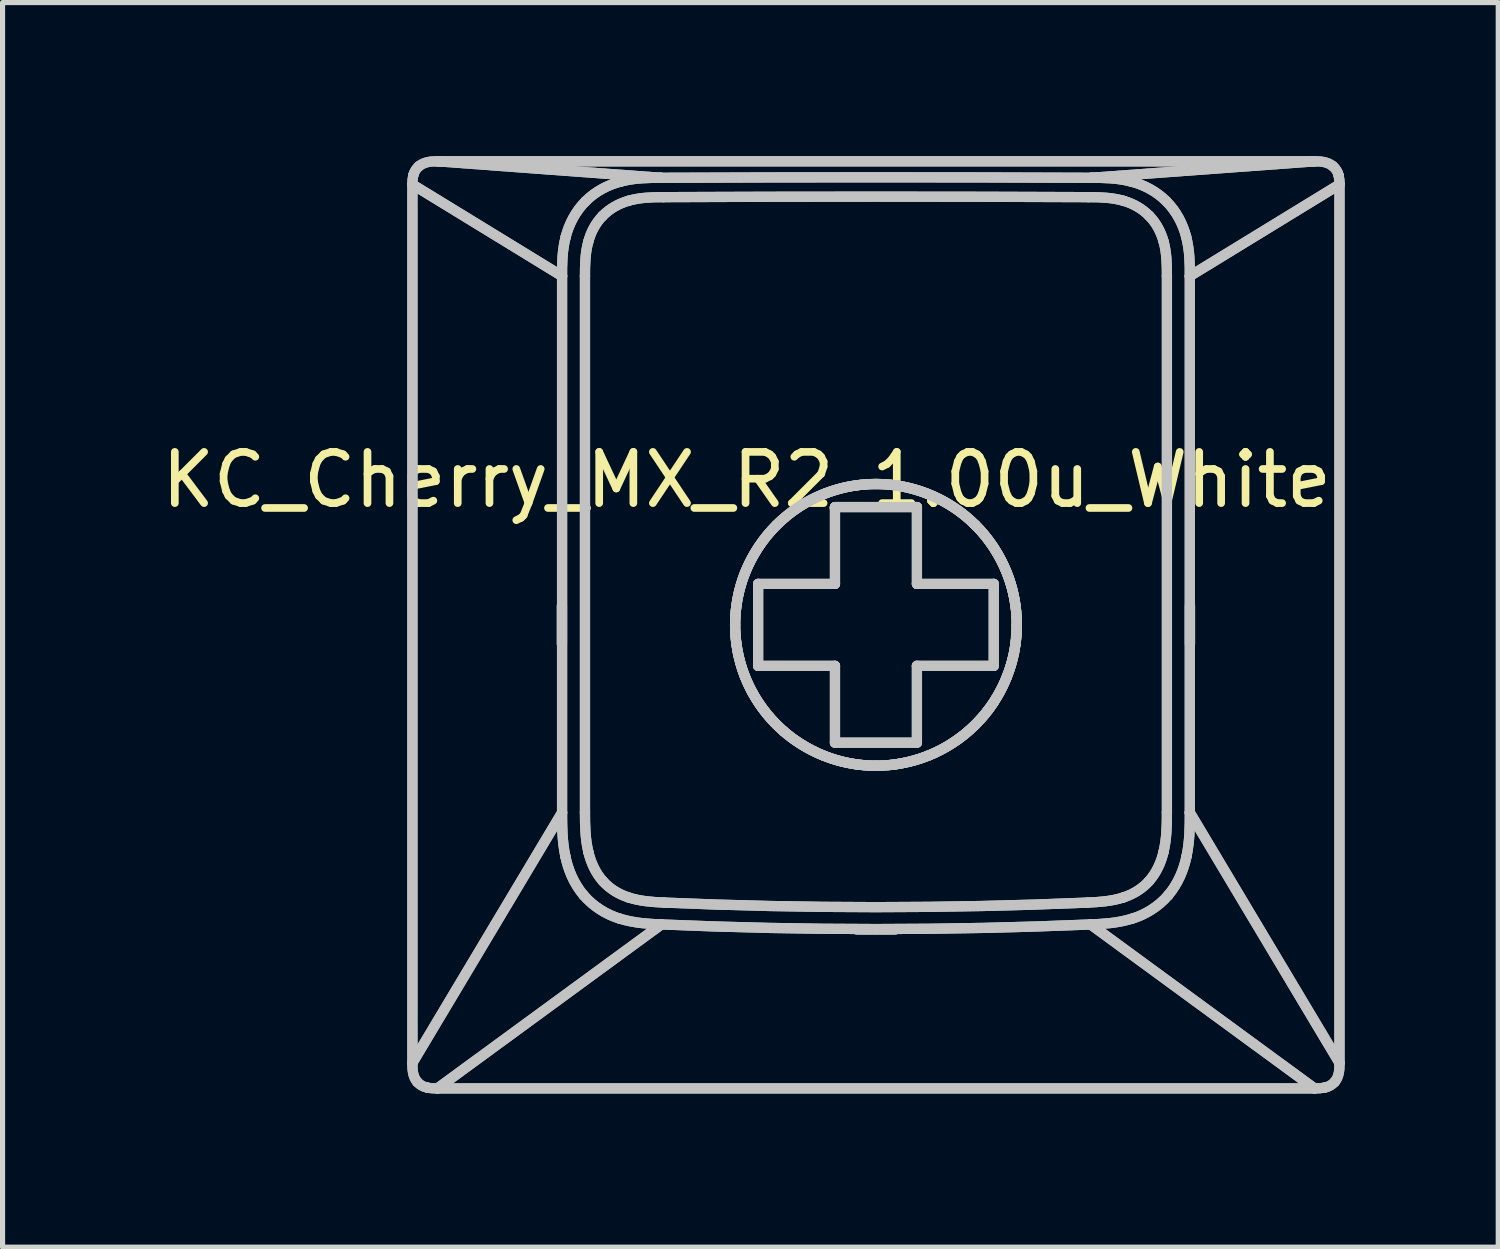
<source format=kicad_pcb>
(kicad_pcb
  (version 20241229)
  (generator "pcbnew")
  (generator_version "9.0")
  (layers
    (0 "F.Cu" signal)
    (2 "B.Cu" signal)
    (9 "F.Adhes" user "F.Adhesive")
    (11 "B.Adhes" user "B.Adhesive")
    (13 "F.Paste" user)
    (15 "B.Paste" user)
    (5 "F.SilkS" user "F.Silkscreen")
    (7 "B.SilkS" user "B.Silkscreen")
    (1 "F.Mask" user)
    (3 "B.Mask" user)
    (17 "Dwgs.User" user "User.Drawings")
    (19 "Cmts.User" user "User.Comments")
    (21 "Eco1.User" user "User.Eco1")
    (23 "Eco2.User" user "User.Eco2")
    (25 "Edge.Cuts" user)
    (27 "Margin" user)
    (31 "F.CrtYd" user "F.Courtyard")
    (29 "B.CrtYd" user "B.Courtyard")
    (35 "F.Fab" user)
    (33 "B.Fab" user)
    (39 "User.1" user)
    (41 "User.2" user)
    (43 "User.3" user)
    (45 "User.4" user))
  (footprint "KC_Cherry_MX_R2_1.00u_White"
    (layer "F.Cu")
    (at 14.07 9.112)
    (property "Reference" "KC_Cherry_MX_R2_1.00u_White" (at -2.54 -2.794 0) (layer "F.SilkS") (effects (font (size 1 1) (thickness 0.15))))
    (attr allow_missing_courtyard)
    (fp_line (start -9.068 -8.56) (end -6.146 -6.771) (stroke (width 0.2) (type default)) (layer "Dwgs.User"))
    (fp_line (start -9.068 -8.56) (end -6.146 -6.771) (stroke (width 0.2) (type default)) (layer "Dwgs.User"))
    (fp_line (start -9.068 8.591) (end -9.068 -8.56) (stroke (width 0.2) (type default)) (layer "Dwgs.User"))
    (fp_line (start -9.068 8.591) (end -9.068 -8.56) (stroke (width 0.2) (type default)) (layer "Dwgs.User"))
    (fp_line (start -9.068 8.591) (end -6.146 3.702) (stroke (width 0.2) (type default)) (layer "Dwgs.User"))
    (fp_line (start -9.068 8.591) (end -6.146 3.702) (stroke (width 0.2) (type default)) (layer "Dwgs.User"))
    (fp_line (start -8.58 9.088) (end -4.207 5.887) (stroke (width 0.2) (type default)) (layer "Dwgs.User"))
    (fp_line (start -8.58 9.088) (end -4.207 5.887) (stroke (width 0.2) (type default)) (layer "Dwgs.User"))
    (fp_line (start -8.575 -9.012) (end -4.216 -8.691) (stroke (width 0.2) (type default)) (layer "Dwgs.User"))
    (fp_line (start -8.575 -9.012) (end -4.216 -8.691) (stroke (width 0.2) (type default)) (layer "Dwgs.User"))
    (fp_line (start -8.575 -9.012) (end 8.539 -9.012) (stroke (width 0.2) (type default)) (layer "Dwgs.User"))
    (fp_line (start -8.575 -9.012) (end 8.539 -9.012) (stroke (width 0.2) (type default)) (layer "Dwgs.User"))
    (fp_line (start -6.149 0.412) (end -6.149 -0.338) (stroke (width 0.2) (type default)) (layer "Dwgs.User"))
    (fp_line (start -6.149 0.412) (end -6.149 -0.338) (stroke (width 0.2) (type default)) (layer "Dwgs.User"))
    (fp_line (start -6.146 -6.771) (end -6.146 3.702) (stroke (width 0.2) (type default)) (layer "Dwgs.User"))
    (fp_line (start -6.146 -6.771) (end -6.146 3.702) (stroke (width 0.2) (type default)) (layer "Dwgs.User"))
    (fp_line (start -5.699 -6.771) (end -5.699 3.702) (stroke (width 0.2) (type default)) (layer "Dwgs.User"))
    (fp_line (start -5.699 -6.771) (end -5.699 3.702) (stroke (width 0.2) (type default)) (layer "Dwgs.User"))
    (fp_line (start -2.318 -0.762) (end -0.818 -0.762) (stroke (width 0.2) (type default)) (layer "Dwgs.User"))
    (fp_line (start -2.318 -0.762) (end -0.818 -0.762) (stroke (width 0.2) (type default)) (layer "Dwgs.User"))
    (fp_line (start -2.318 0.838) (end -2.318 -0.762) (stroke (width 0.2) (type default)) (layer "Dwgs.User"))
    (fp_line (start -2.318 0.838) (end -2.318 -0.762) (stroke (width 0.2) (type default)) (layer "Dwgs.User"))
    (fp_line (start -0.818 -2.262) (end 0.782 -2.262) (stroke (width 0.2) (type default)) (layer "Dwgs.User"))
    (fp_line (start -0.818 -2.262) (end 0.782 -2.262) (stroke (width 0.2) (type default)) (layer "Dwgs.User"))
    (fp_line (start -0.818 -0.762) (end -0.818 -2.262) (stroke (width 0.2) (type default)) (layer "Dwgs.User"))
    (fp_line (start -0.818 -0.762) (end -0.818 -2.262) (stroke (width 0.2) (type default)) (layer "Dwgs.User"))
    (fp_line (start -0.818 0.838) (end -2.318 0.838) (stroke (width 0.2) (type default)) (layer "Dwgs.User"))
    (fp_line (start -0.818 0.838) (end -2.318 0.838) (stroke (width 0.2) (type default)) (layer "Dwgs.User"))
    (fp_line (start -0.818 2.338) (end -0.818 0.838) (stroke (width 0.2) (type default)) (layer "Dwgs.User"))
    (fp_line (start -0.818 2.338) (end -0.818 0.838) (stroke (width 0.2) (type default)) (layer "Dwgs.User"))
    (fp_line (start -0.393 5.985) (end 0.357 5.985) (stroke (width 0.2) (type default)) (layer "Dwgs.User"))
    (fp_line (start -0.393 5.985) (end 0.357 5.985) (stroke (width 0.2) (type default)) (layer "Dwgs.User"))
    (fp_line (start 0.782 -2.262) (end 0.782 -0.762) (stroke (width 0.2) (type default)) (layer "Dwgs.User"))
    (fp_line (start 0.782 -2.262) (end 0.782 -0.762) (stroke (width 0.2) (type default)) (layer "Dwgs.User"))
    (fp_line (start 0.782 -0.762) (end 2.282 -0.762) (stroke (width 0.2) (type default)) (layer "Dwgs.User"))
    (fp_line (start 0.782 -0.762) (end 2.282 -0.762) (stroke (width 0.2) (type default)) (layer "Dwgs.User"))
    (fp_line (start 0.782 0.838) (end 0.782 2.338) (stroke (width 0.2) (type default)) (layer "Dwgs.User"))
    (fp_line (start 0.782 0.838) (end 0.782 2.338) (stroke (width 0.2) (type default)) (layer "Dwgs.User"))
    (fp_line (start 0.782 2.338) (end -0.818 2.338) (stroke (width 0.2) (type default)) (layer "Dwgs.User"))
    (fp_line (start 0.782 2.338) (end -0.818 2.338) (stroke (width 0.2) (type default)) (layer "Dwgs.User"))
    (fp_line (start 2.282 -0.762) (end 2.282 0.838) (stroke (width 0.2) (type default)) (layer "Dwgs.User"))
    (fp_line (start 2.282 -0.762) (end 2.282 0.838) (stroke (width 0.2) (type default)) (layer "Dwgs.User"))
    (fp_line (start 2.282 0.838) (end 0.782 0.838) (stroke (width 0.2) (type default)) (layer "Dwgs.User"))
    (fp_line (start 2.282 0.838) (end 0.782 0.838) (stroke (width 0.2) (type default)) (layer "Dwgs.User"))
    (fp_line (start 2.707 0.412) (end 2.732 0.038) (stroke (width 0.2) (type default)) (layer "Dwgs.User"))
    (fp_line (start 4.181 -8.691) (end 8.539 -9.012) (stroke (width 0.2) (type default)) (layer "Dwgs.User"))
    (fp_line (start 4.181 -8.691) (end 8.539 -9.012) (stroke (width 0.2) (type default)) (layer "Dwgs.User"))
    (fp_line (start 5.663 3.702) (end 5.663 -6.771) (stroke (width 0.2) (type default)) (layer "Dwgs.User"))
    (fp_line (start 5.663 3.702) (end 5.663 -6.771) (stroke (width 0.2) (type default)) (layer "Dwgs.User"))
    (fp_line (start 6.11 -6.771) (end 9.032 -8.56) (stroke (width 0.2) (type default)) (layer "Dwgs.User"))
    (fp_line (start 6.11 -6.771) (end 9.032 -8.56) (stroke (width 0.2) (type default)) (layer "Dwgs.User"))
    (fp_line (start 6.11 3.702) (end 6.11 -6.771) (stroke (width 0.2) (type default)) (layer "Dwgs.User"))
    (fp_line (start 6.11 3.702) (end 6.11 -6.771) (stroke (width 0.2) (type default)) (layer "Dwgs.User"))
    (fp_line (start 6.113 0.412) (end 6.113 -0.338) (stroke (width 0.2) (type default)) (layer "Dwgs.User"))
    (fp_line (start 6.113 0.412) (end 6.113 -0.338) (stroke (width 0.2) (type default)) (layer "Dwgs.User"))
    (fp_line (start 8.544 9.088) (end -8.58 9.088) (stroke (width 0.2) (type default)) (layer "Dwgs.User"))
    (fp_line (start 8.544 9.088) (end -8.58 9.088) (stroke (width 0.2) (type default)) (layer "Dwgs.User"))
    (fp_line (start 8.544 9.088) (end 4.172 5.887) (stroke (width 0.2) (type default)) (layer "Dwgs.User"))
    (fp_line (start 8.544 9.088) (end 4.172 5.887) (stroke (width 0.2) (type default)) (layer "Dwgs.User"))
    (fp_line (start 9.032 -8.56) (end 9.032 8.591) (stroke (width 0.2) (type default)) (layer "Dwgs.User"))
    (fp_line (start 9.032 -8.56) (end 9.032 8.591) (stroke (width 0.2) (type default)) (layer "Dwgs.User"))
    (fp_line (start 9.032 8.591) (end 6.11 3.702) (stroke (width 0.2) (type default)) (layer "Dwgs.User"))
    (fp_line (start 9.032 8.591) (end 6.11 3.702) (stroke (width 0.2) (type default)) (layer "Dwgs.User"))
    (fp_curve (pts (xy -9.068 -8.56) (xy -9.07 -8.619) (xy -9.065 -8.678) (xy -9.052 -8.736)) (stroke (width 0.2) (type default)) (layer "Dwgs.User"))
    (fp_curve (pts (xy -9.068 -8.56) (xy -9.07 -8.619) (xy -9.065 -8.678) (xy -9.052 -8.736)) (stroke (width 0.2) (type default)) (layer "Dwgs.User"))
    (fp_curve (pts (xy -9.052 -8.736) (xy -9.033 -8.809) (xy -8.995 -8.87) (xy -8.938 -8.918)) (stroke (width 0.2) (type default)) (layer "Dwgs.User"))
    (fp_curve (pts (xy -9.052 -8.736) (xy -9.033 -8.809) (xy -8.995 -8.87) (xy -8.938 -8.918)) (stroke (width 0.2) (type default)) (layer "Dwgs.User"))
    (fp_curve (pts (xy -8.974 8.961) (xy -9.062 8.86) (xy -9.07 8.719) (xy -9.068 8.591)) (stroke (width 0.2) (type default)) (layer "Dwgs.User"))
    (fp_curve (pts (xy -8.974 8.961) (xy -9.062 8.86) (xy -9.07 8.719) (xy -9.068 8.591)) (stroke (width 0.2) (type default)) (layer "Dwgs.User"))
    (fp_curve (pts (xy -8.938 -8.918) (xy -8.837 -9.002) (xy -8.701 -9.015) (xy -8.575 -9.012)) (stroke (width 0.2) (type default)) (layer "Dwgs.User"))
    (fp_curve (pts (xy -8.938 -8.918) (xy -8.837 -9.002) (xy -8.701 -9.015) (xy -8.575 -9.012)) (stroke (width 0.2) (type default)) (layer "Dwgs.User"))
    (fp_curve (pts (xy -8.78 9.072) (xy -8.857 9.057) (xy -8.922 9.02) (xy -8.974 8.961)) (stroke (width 0.2) (type default)) (layer "Dwgs.User"))
    (fp_curve (pts (xy -8.78 9.072) (xy -8.857 9.057) (xy -8.922 9.02) (xy -8.974 8.961)) (stroke (width 0.2) (type default)) (layer "Dwgs.User"))
    (fp_curve (pts (xy -8.58 9.088) (xy -8.647 9.09) (xy -8.714 9.085) (xy -8.78 9.072)) (stroke (width 0.2) (type default)) (layer "Dwgs.User"))
    (fp_curve (pts (xy -8.58 9.088) (xy -8.647 9.09) (xy -8.714 9.085) (xy -8.78 9.072)) (stroke (width 0.2) (type default)) (layer "Dwgs.User"))
    (fp_curve (pts (xy -6.146 -6.771) (xy -6.146 -6.995) (xy -6.148 -7.259) (xy -6.074 -7.542)) (stroke (width 0.2) (type default)) (layer "Dwgs.User"))
    (fp_curve (pts (xy -6.146 -6.771) (xy -6.146 -6.995) (xy -6.148 -7.259) (xy -6.074 -7.542)) (stroke (width 0.2) (type default)) (layer "Dwgs.User"))
    (fp_curve (pts (xy -6.082 4.557) (xy -6.147 4.248) (xy -6.145 3.961) (xy -6.146 3.702)) (stroke (width 0.2) (type default)) (layer "Dwgs.User"))
    (fp_curve (pts (xy -6.082 4.557) (xy -6.147 4.248) (xy -6.145 3.961) (xy -6.146 3.702)) (stroke (width 0.2) (type default)) (layer "Dwgs.User"))
    (fp_curve (pts (xy -6.074 -7.542) (xy -6.011 -7.787) (xy -5.881 -8.04) (xy -5.687 -8.232)) (stroke (width 0.2) (type default)) (layer "Dwgs.User"))
    (fp_curve (pts (xy -6.074 -7.542) (xy -6.011 -7.787) (xy -5.881 -8.04) (xy -5.687 -8.232)) (stroke (width 0.2) (type default)) (layer "Dwgs.User"))
    (fp_curve (pts (xy -5.724 5.317) (xy -5.923 5.084) (xy -6.029 4.809) (xy -6.082 4.557)) (stroke (width 0.2) (type default)) (layer "Dwgs.User"))
    (fp_curve (pts (xy -5.724 5.317) (xy -5.923 5.084) (xy -6.029 4.809) (xy -6.082 4.557)) (stroke (width 0.2) (type default)) (layer "Dwgs.User"))
    (fp_curve (pts (xy -5.699 -6.771) (xy -5.699 -6.995) (xy -5.695 -7.223) (xy -5.635 -7.44)) (stroke (width 0.2) (type default)) (layer "Dwgs.User"))
    (fp_curve (pts (xy -5.699 -6.771) (xy -5.699 -6.995) (xy -5.695 -7.223) (xy -5.635 -7.44)) (stroke (width 0.2) (type default)) (layer "Dwgs.User"))
    (fp_curve (pts (xy -5.687 -8.232) (xy -5.491 -8.43) (xy -5.24 -8.556) (xy -4.999 -8.617)) (stroke (width 0.2) (type default)) (layer "Dwgs.User"))
    (fp_curve (pts (xy -5.687 -8.232) (xy -5.491 -8.43) (xy -5.24 -8.556) (xy -4.999 -8.617)) (stroke (width 0.2) (type default)) (layer "Dwgs.User"))
    (fp_curve (pts (xy -5.635 -7.44) (xy -5.585 -7.629) (xy -5.491 -7.807) (xy -5.356 -7.945)) (stroke (width 0.2) (type default)) (layer "Dwgs.User"))
    (fp_curve (pts (xy -5.635 -7.44) (xy -5.585 -7.629) (xy -5.491 -7.807) (xy -5.356 -7.945)) (stroke (width 0.2) (type default)) (layer "Dwgs.User"))
    (fp_curve (pts (xy -5.632 4.475) (xy -5.693 4.223) (xy -5.699 3.961) (xy -5.699 3.702)) (stroke (width 0.2) (type default)) (layer "Dwgs.User"))
    (fp_curve (pts (xy -5.632 4.475) (xy -5.693 4.223) (xy -5.699 3.961) (xy -5.699 3.702)) (stroke (width 0.2) (type default)) (layer "Dwgs.User"))
    (fp_curve (pts (xy -5.356 -7.945) (xy -5.218 -8.088) (xy -5.041 -8.186) (xy -4.853 -8.241)) (stroke (width 0.2) (type default)) (layer "Dwgs.User"))
    (fp_curve (pts (xy -5.356 -7.945) (xy -5.218 -8.088) (xy -5.041 -8.186) (xy -4.853 -8.241)) (stroke (width 0.2) (type default)) (layer "Dwgs.User"))
    (fp_curve (pts (xy -5.351 5.039) (xy -5.492 4.881) (xy -5.582 4.682) (xy -5.632 4.475)) (stroke (width 0.2) (type default)) (layer "Dwgs.User"))
    (fp_curve (pts (xy -5.351 5.039) (xy -5.492 4.881) (xy -5.582 4.682) (xy -5.632 4.475)) (stroke (width 0.2) (type default)) (layer "Dwgs.User"))
    (fp_curve (pts (xy -5.019 5.774) (xy -5.269 5.699) (xy -5.535 5.541) (xy -5.724 5.317)) (stroke (width 0.2) (type default)) (layer "Dwgs.User"))
    (fp_curve (pts (xy -5.019 5.774) (xy -5.269 5.699) (xy -5.535 5.541) (xy -5.724 5.317)) (stroke (width 0.2) (type default)) (layer "Dwgs.User"))
    (fp_curve (pts (xy -4.999 -8.617) (xy -4.715 -8.691) (xy -4.448 -8.689) (xy -4.216 -8.691)) (stroke (width 0.2) (type default)) (layer "Dwgs.User"))
    (fp_curve (pts (xy -4.999 -8.617) (xy -4.715 -8.691) (xy -4.448 -8.689) (xy -4.216 -8.691)) (stroke (width 0.2) (type default)) (layer "Dwgs.User"))
    (fp_curve (pts (xy -4.853 -8.241) (xy -4.632 -8.305) (xy -4.399 -8.313) (xy -4.169 -8.313)) (stroke (width 0.2) (type default)) (layer "Dwgs.User"))
    (fp_curve (pts (xy -4.853 -8.241) (xy -4.632 -8.305) (xy -4.399 -8.313) (xy -4.169 -8.313)) (stroke (width 0.2) (type default)) (layer "Dwgs.User"))
    (fp_curve (pts (xy -4.851 5.359) (xy -5.04 5.297) (xy -5.217 5.19) (xy -5.351 5.039)) (stroke (width 0.2) (type default)) (layer "Dwgs.User"))
    (fp_curve (pts (xy -4.851 5.359) (xy -5.04 5.297) (xy -5.217 5.19) (xy -5.351 5.039)) (stroke (width 0.2) (type default)) (layer "Dwgs.User"))
    (fp_curve (pts (xy -4.207 5.887) (xy -4.446 5.875) (xy -4.72 5.866) (xy -5.019 5.774)) (stroke (width 0.2) (type default)) (layer "Dwgs.User"))
    (fp_curve (pts (xy -4.207 5.887) (xy -4.446 5.875) (xy -4.72 5.866) (xy -5.019 5.774)) (stroke (width 0.2) (type default)) (layer "Dwgs.User"))
    (fp_curve (pts (xy -4.207 5.887) (xy -1.43 6.007) (xy 1.395 6.007) (xy 4.172 5.887)) (stroke (width 0.2) (type default)) (layer "Dwgs.User"))
    (fp_curve (pts (xy -4.207 5.887) (xy -1.43 6.007) (xy 1.395 6.007) (xy 4.172 5.887)) (stroke (width 0.2) (type default)) (layer "Dwgs.User"))
    (fp_curve (pts (xy -4.151 5.46) (xy -4.387 5.45) (xy -4.626 5.433) (xy -4.851 5.359)) (stroke (width 0.2) (type default)) (layer "Dwgs.User"))
    (fp_curve (pts (xy -4.151 5.46) (xy -4.387 5.45) (xy -4.626 5.433) (xy -4.851 5.359)) (stroke (width 0.2) (type default)) (layer "Dwgs.User"))
    (fp_curve (pts (xy -4.151 5.46) (xy -1.411 5.579) (xy 1.376 5.579) (xy 4.116 5.46)) (stroke (width 0.2) (type default)) (layer "Dwgs.User"))
    (fp_curve (pts (xy -4.151 5.46) (xy -1.411 5.579) (xy 1.376 5.579) (xy 4.116 5.46)) (stroke (width 0.2) (type default)) (layer "Dwgs.User"))
    (fp_curve (pts (xy -2.768 0.038) (xy -2.768 0.361) (xy -2.709 0.711) (xy -2.575 1.05)) (stroke (width 0.2) (type default)) (layer "Dwgs.User"))
    (fp_curve (pts (xy -2.768 0.038) (xy -2.768 0.361) (xy -2.709 0.711) (xy -2.575 1.05)) (stroke (width 0.2) (type default)) (layer "Dwgs.User"))
    (fp_curve (pts (xy -2.742 -0.338) (xy -2.776 -0.088) (xy -2.776 0.162) (xy -2.742 0.412)) (stroke (width 0.2) (type default)) (layer "Dwgs.User"))
    (fp_curve (pts (xy -2.742 -0.338) (xy -2.776 -0.088) (xy -2.776 0.162) (xy -2.742 0.412)) (stroke (width 0.2) (type default)) (layer "Dwgs.User"))
    (fp_curve (pts (xy -2.742 -0.338) (xy -2.722 -0.48) (xy -2.693 -0.617) (xy -2.653 -0.749)) (stroke (width 0.2) (type default)) (layer "Dwgs.User"))
    (fp_curve (pts (xy -2.742 -0.338) (xy -2.722 -0.48) (xy -2.693 -0.617) (xy -2.653 -0.749)) (stroke (width 0.2) (type default)) (layer "Dwgs.User"))
    (fp_curve (pts (xy -2.653 -0.749) (xy -2.514 -1.224) (xy -2.22 -1.7) (xy -1.808 -2.05)) (stroke (width 0.2) (type default)) (layer "Dwgs.User"))
    (fp_curve (pts (xy -2.653 -0.749) (xy -2.514 -1.224) (xy -2.22 -1.7) (xy -1.808 -2.05)) (stroke (width 0.2) (type default)) (layer "Dwgs.User"))
    (fp_curve (pts (xy -2.575 -0.975) (xy -2.709 -0.636) (xy -2.768 -0.286) (xy -2.768 0.038)) (stroke (width 0.2) (type default)) (layer "Dwgs.User"))
    (fp_curve (pts (xy -2.575 -0.975) (xy -2.709 -0.636) (xy -2.768 -0.286) (xy -2.768 0.038)) (stroke (width 0.2) (type default)) (layer "Dwgs.User"))
    (fp_curve (pts (xy -2.575 1.05) (xy -2.441 1.389) (xy -2.231 1.714) (xy -1.962 1.982)) (stroke (width 0.2) (type default)) (layer "Dwgs.User"))
    (fp_curve (pts (xy -2.575 1.05) (xy -2.441 1.389) (xy -2.231 1.714) (xy -1.962 1.982)) (stroke (width 0.2) (type default)) (layer "Dwgs.User"))
    (fp_curve (pts (xy -2.428 1.362) (xy -2.589 1.071) (xy -2.697 0.744) (xy -2.742 0.412)) (stroke (width 0.2) (type default)) (layer "Dwgs.User"))
    (fp_curve (pts (xy -2.428 1.362) (xy -2.589 1.071) (xy -2.697 0.744) (xy -2.742 0.412)) (stroke (width 0.2) (type default)) (layer "Dwgs.User"))
    (fp_curve (pts (xy -1.962 -1.907) (xy -2.231 -1.639) (xy -2.441 -1.313) (xy -2.575 -0.975)) (stroke (width 0.2) (type default)) (layer "Dwgs.User"))
    (fp_curve (pts (xy -1.962 -1.907) (xy -2.231 -1.639) (xy -2.441 -1.313) (xy -2.575 -0.975)) (stroke (width 0.2) (type default)) (layer "Dwgs.User"))
    (fp_curve (pts (xy -1.962 1.982) (xy -1.694 2.251) (xy -1.369 2.461) (xy -1.03 2.595)) (stroke (width 0.2) (type default)) (layer "Dwgs.User"))
    (fp_curve (pts (xy -1.962 1.982) (xy -1.694 2.251) (xy -1.369 2.461) (xy -1.03 2.595)) (stroke (width 0.2) (type default)) (layer "Dwgs.User"))
    (fp_curve (pts (xy -1.825 2.111) (xy -2.058 1.908) (xy -2.268 1.653) (xy -2.428 1.362)) (stroke (width 0.2) (type default)) (layer "Dwgs.User"))
    (fp_curve (pts (xy -1.825 2.111) (xy -2.058 1.908) (xy -2.268 1.653) (xy -2.428 1.362)) (stroke (width 0.2) (type default)) (layer "Dwgs.User"))
    (fp_curve (pts (xy -1.808 -2.05) (xy -1.399 -2.404) (xy -0.884 -2.622) (xy -0.393 -2.687)) (stroke (width 0.2) (type default)) (layer "Dwgs.User"))
    (fp_curve (pts (xy -1.808 -2.05) (xy -1.399 -2.404) (xy -0.884 -2.622) (xy -0.393 -2.687)) (stroke (width 0.2) (type default)) (layer "Dwgs.User"))
    (fp_curve (pts (xy -1.03 -2.519) (xy -1.369 -2.386) (xy -1.694 -2.176) (xy -1.962 -1.907)) (stroke (width 0.2) (type default)) (layer "Dwgs.User"))
    (fp_curve (pts (xy -1.03 -2.519) (xy -1.369 -2.386) (xy -1.694 -2.176) (xy -1.962 -1.907)) (stroke (width 0.2) (type default)) (layer "Dwgs.User"))
    (fp_curve (pts (xy -1.03 2.595) (xy -0.691 2.729) (xy -0.342 2.788) (xy -0.018 2.788)) (stroke (width 0.2) (type default)) (layer "Dwgs.User"))
    (fp_curve (pts (xy -1.03 2.595) (xy -0.691 2.729) (xy -0.342 2.788) (xy -0.018 2.788)) (stroke (width 0.2) (type default)) (layer "Dwgs.User"))
    (fp_curve (pts (xy -0.393 2.762) (xy -0.936 2.69) (xy -1.448 2.443) (xy -1.825 2.111)) (stroke (width 0.2) (type default)) (layer "Dwgs.User"))
    (fp_curve (pts (xy -0.393 2.762) (xy -0.936 2.69) (xy -1.448 2.443) (xy -1.825 2.111)) (stroke (width 0.2) (type default)) (layer "Dwgs.User"))
    (fp_curve (pts (xy -0.018 -2.712) (xy -0.342 -2.713) (xy -0.691 -2.654) (xy -1.03 -2.519)) (stroke (width 0.2) (type default)) (layer "Dwgs.User"))
    (fp_curve (pts (xy -0.018 -2.712) (xy -0.342 -2.713) (xy -0.691 -2.654) (xy -1.03 -2.519)) (stroke (width 0.2) (type default)) (layer "Dwgs.User"))
    (fp_curve (pts (xy -0.018 2.788) (xy 0.306 2.788) (xy 0.656 2.729) (xy 0.994 2.595)) (stroke (width 0.2) (type default)) (layer "Dwgs.User"))
    (fp_curve (pts (xy -0.018 2.788) (xy 0.306 2.788) (xy 0.656 2.729) (xy 0.994 2.595)) (stroke (width 0.2) (type default)) (layer "Dwgs.User"))
    (fp_curve (pts (xy 0.357 -2.687) (xy 0.107 -2.721) (xy -0.143 -2.721) (xy -0.393 -2.687)) (stroke (width 0.2) (type default)) (layer "Dwgs.User"))
    (fp_curve (pts (xy 0.357 -2.687) (xy 0.107 -2.721) (xy -0.143 -2.721) (xy -0.393 -2.687)) (stroke (width 0.2) (type default)) (layer "Dwgs.User"))
    (fp_curve (pts (xy 0.357 -2.687) (xy 0.892 -2.617) (xy 1.472 -2.359) (xy 1.911 -1.922)) (stroke (width 0.2) (type default)) (layer "Dwgs.User"))
    (fp_curve (pts (xy 0.357 -2.687) (xy 0.892 -2.617) (xy 1.472 -2.359) (xy 1.911 -1.922)) (stroke (width 0.2) (type default)) (layer "Dwgs.User"))
    (fp_curve (pts (xy 0.357 2.762) (xy 0.107 2.796) (xy -0.143 2.796) (xy -0.393 2.762)) (stroke (width 0.2) (type default)) (layer "Dwgs.User"))
    (fp_curve (pts (xy 0.357 2.762) (xy 0.107 2.796) (xy -0.143 2.796) (xy -0.393 2.762)) (stroke (width 0.2) (type default)) (layer "Dwgs.User"))
    (fp_curve (pts (xy 0.994 -2.519) (xy 0.656 -2.654) (xy 0.306 -2.713) (xy -0.018 -2.712)) (stroke (width 0.2) (type default)) (layer "Dwgs.User"))
    (fp_curve (pts (xy 0.994 -2.519) (xy 0.656 -2.654) (xy 0.306 -2.713) (xy -0.018 -2.712)) (stroke (width 0.2) (type default)) (layer "Dwgs.User"))
    (fp_curve (pts (xy 0.994 2.595) (xy 1.333 2.461) (xy 1.658 2.251) (xy 1.927 1.982)) (stroke (width 0.2) (type default)) (layer "Dwgs.User"))
    (fp_curve (pts (xy 0.994 2.595) (xy 1.333 2.461) (xy 1.658 2.251) (xy 1.927 1.982)) (stroke (width 0.2) (type default)) (layer "Dwgs.User"))
    (fp_curve (pts (xy 1.121 2.541) (xy 0.885 2.649) (xy 0.63 2.723) (xy 0.357 2.762)) (stroke (width 0.2) (type default)) (layer "Dwgs.User"))
    (fp_curve (pts (xy 1.121 2.541) (xy 0.885 2.649) (xy 0.63 2.723) (xy 0.357 2.762)) (stroke (width 0.2) (type default)) (layer "Dwgs.User"))
    (fp_curve (pts (xy 1.911 -1.922) (xy 2.355 -1.491) (xy 2.634 -0.899) (xy 2.706 -0.338)) (stroke (width 0.2) (type default)) (layer "Dwgs.User"))
    (fp_curve (pts (xy 1.911 -1.922) (xy 2.355 -1.491) (xy 2.634 -0.899) (xy 2.706 -0.338)) (stroke (width 0.2) (type default)) (layer "Dwgs.User"))
    (fp_curve (pts (xy 1.927 -1.907) (xy 1.658 -2.176) (xy 1.333 -2.386) (xy 0.994 -2.519)) (stroke (width 0.2) (type default)) (layer "Dwgs.User"))
    (fp_curve (pts (xy 1.927 -1.907) (xy 1.658 -2.176) (xy 1.333 -2.386) (xy 0.994 -2.519)) (stroke (width 0.2) (type default)) (layer "Dwgs.User"))
    (fp_curve (pts (xy 1.927 1.982) (xy 2.196 1.714) (xy 2.406 1.389) (xy 2.539 1.05)) (stroke (width 0.2) (type default)) (layer "Dwgs.User"))
    (fp_curve (pts (xy 1.927 1.982) (xy 2.196 1.714) (xy 2.406 1.389) (xy 2.539 1.05)) (stroke (width 0.2) (type default)) (layer "Dwgs.User"))
    (fp_curve (pts (xy 2.18 1.691) (xy 1.897 2.069) (xy 1.517 2.363) (xy 1.121 2.541)) (stroke (width 0.2) (type default)) (layer "Dwgs.User"))
    (fp_curve (pts (xy 2.18 1.691) (xy 1.897 2.069) (xy 1.517 2.363) (xy 1.121 2.541)) (stroke (width 0.2) (type default)) (layer "Dwgs.User"))
    (fp_curve (pts (xy 2.539 -0.975) (xy 2.406 -1.313) (xy 2.196 -1.639) (xy 1.927 -1.907)) (stroke (width 0.2) (type default)) (layer "Dwgs.User"))
    (fp_curve (pts (xy 2.539 -0.975) (xy 2.406 -1.313) (xy 2.196 -1.639) (xy 1.927 -1.907)) (stroke (width 0.2) (type default)) (layer "Dwgs.User"))
    (fp_curve (pts (xy 2.539 1.05) (xy 2.674 0.711) (xy 2.733 0.361) (xy 2.732 0.038)) (stroke (width 0.2) (type default)) (layer "Dwgs.User"))
    (fp_curve (pts (xy 2.539 1.05) (xy 2.674 0.711) (xy 2.733 0.361) (xy 2.732 0.038)) (stroke (width 0.2) (type default)) (layer "Dwgs.User"))
    (fp_curve (pts (xy 2.706 -0.338) (xy 2.724 -0.213) (xy 2.732 -0.088) (xy 2.732 0.038)) (stroke (width 0.2) (type default)) (layer "Dwgs.User"))
    (fp_curve (pts (xy 2.706 -0.338) (xy 2.724 -0.213) (xy 2.732 -0.088) (xy 2.732 0.038)) (stroke (width 0.2) (type default)) (layer "Dwgs.User"))
    (fp_curve (pts (xy 2.707 0.412) (xy 2.647 0.858) (xy 2.465 1.314) (xy 2.18 1.691)) (stroke (width 0.2) (type default)) (layer "Dwgs.User"))
    (fp_curve (pts (xy 2.707 0.412) (xy 2.647 0.858) (xy 2.465 1.314) (xy 2.18 1.691)) (stroke (width 0.2) (type default)) (layer "Dwgs.User"))
    (fp_curve (pts (xy 2.732 0.038) (xy 2.733 -0.286) (xy 2.674 -0.636) (xy 2.539 -0.975)) (stroke (width 0.2) (type default)) (layer "Dwgs.User"))
    (fp_curve (pts (xy 2.732 0.038) (xy 2.733 -0.286) (xy 2.674 -0.636) (xy 2.539 -0.975)) (stroke (width 0.2) (type default)) (layer "Dwgs.User"))
    (fp_curve (pts (xy 2.732 0.038) (xy 2.732 0.163) (xy 2.724 0.288) (xy 2.707 0.412)) (stroke (width 0.2) (type default)) (layer "Dwgs.User"))
    (fp_curve (pts (xy 2.732 0.038) (xy 2.732 0.163) (xy 2.724 0.288) (xy 2.707 0.412)) (stroke (width 0.2) (type default)) (layer "Dwgs.User"))
    (fp_curve (pts (xy 4.134 -8.313) (xy 1.38 -8.326) (xy -1.416 -8.326) (xy -4.169 -8.313)) (stroke (width 0.2) (type default)) (layer "Dwgs.User"))
    (fp_curve (pts (xy 4.134 -8.313) (xy 1.38 -8.326) (xy -1.416 -8.326) (xy -4.169 -8.313)) (stroke (width 0.2) (type default)) (layer "Dwgs.User"))
    (fp_curve (pts (xy 4.134 -8.313) (xy 4.363 -8.313) (xy 4.596 -8.305) (xy 4.817 -8.241)) (stroke (width 0.2) (type default)) (layer "Dwgs.User"))
    (fp_curve (pts (xy 4.134 -8.313) (xy 4.363 -8.313) (xy 4.596 -8.305) (xy 4.817 -8.241)) (stroke (width 0.2) (type default)) (layer "Dwgs.User"))
    (fp_curve (pts (xy 4.181 -8.691) (xy 1.396 -8.703) (xy -1.432 -8.703) (xy -4.216 -8.691)) (stroke (width 0.2) (type default)) (layer "Dwgs.User"))
    (fp_curve (pts (xy 4.181 -8.691) (xy 1.396 -8.703) (xy -1.432 -8.703) (xy -4.216 -8.691)) (stroke (width 0.2) (type default)) (layer "Dwgs.User"))
    (fp_curve (pts (xy 4.181 -8.691) (xy 4.413 -8.689) (xy 4.68 -8.691) (xy 4.964 -8.617)) (stroke (width 0.2) (type default)) (layer "Dwgs.User"))
    (fp_curve (pts (xy 4.181 -8.691) (xy 4.413 -8.689) (xy 4.68 -8.691) (xy 4.964 -8.617)) (stroke (width 0.2) (type default)) (layer "Dwgs.User"))
    (fp_curve (pts (xy 4.815 5.359) (xy 4.59 5.433) (xy 4.352 5.45) (xy 4.116 5.46)) (stroke (width 0.2) (type default)) (layer "Dwgs.User"))
    (fp_curve (pts (xy 4.815 5.359) (xy 4.59 5.433) (xy 4.352 5.45) (xy 4.116 5.46)) (stroke (width 0.2) (type default)) (layer "Dwgs.User"))
    (fp_curve (pts (xy 4.817 -8.241) (xy 5.005 -8.186) (xy 5.182 -8.088) (xy 5.32 -7.945)) (stroke (width 0.2) (type default)) (layer "Dwgs.User"))
    (fp_curve (pts (xy 4.817 -8.241) (xy 5.005 -8.186) (xy 5.182 -8.088) (xy 5.32 -7.945)) (stroke (width 0.2) (type default)) (layer "Dwgs.User"))
    (fp_curve (pts (xy 4.964 -8.617) (xy 5.205 -8.556) (xy 5.455 -8.43) (xy 5.652 -8.232)) (stroke (width 0.2) (type default)) (layer "Dwgs.User"))
    (fp_curve (pts (xy 4.964 -8.617) (xy 5.205 -8.556) (xy 5.455 -8.43) (xy 5.652 -8.232)) (stroke (width 0.2) (type default)) (layer "Dwgs.User"))
    (fp_curve (pts (xy 4.983 5.774) (xy 4.685 5.866) (xy 4.411 5.875) (xy 4.172 5.887)) (stroke (width 0.2) (type default)) (layer "Dwgs.User"))
    (fp_curve (pts (xy 4.983 5.774) (xy 4.685 5.866) (xy 4.411 5.875) (xy 4.172 5.887)) (stroke (width 0.2) (type default)) (layer "Dwgs.User"))
    (fp_curve (pts (xy 5.315 5.039) (xy 5.182 5.19) (xy 5.005 5.297) (xy 4.815 5.359)) (stroke (width 0.2) (type default)) (layer "Dwgs.User"))
    (fp_curve (pts (xy 5.315 5.039) (xy 5.182 5.19) (xy 5.005 5.297) (xy 4.815 5.359)) (stroke (width 0.2) (type default)) (layer "Dwgs.User"))
    (fp_curve (pts (xy 5.32 -7.945) (xy 5.456 -7.807) (xy 5.549 -7.629) (xy 5.6 -7.44)) (stroke (width 0.2) (type default)) (layer "Dwgs.User"))
    (fp_curve (pts (xy 5.32 -7.945) (xy 5.456 -7.807) (xy 5.549 -7.629) (xy 5.6 -7.44)) (stroke (width 0.2) (type default)) (layer "Dwgs.User"))
    (fp_curve (pts (xy 5.596 4.475) (xy 5.547 4.682) (xy 5.456 4.881) (xy 5.315 5.039)) (stroke (width 0.2) (type default)) (layer "Dwgs.User"))
    (fp_curve (pts (xy 5.596 4.475) (xy 5.547 4.682) (xy 5.456 4.881) (xy 5.315 5.039)) (stroke (width 0.2) (type default)) (layer "Dwgs.User"))
    (fp_curve (pts (xy 5.6 -7.44) (xy 5.659 -7.223) (xy 5.663 -6.995) (xy 5.663 -6.771)) (stroke (width 0.2) (type default)) (layer "Dwgs.User"))
    (fp_curve (pts (xy 5.6 -7.44) (xy 5.659 -7.223) (xy 5.663 -6.995) (xy 5.663 -6.771)) (stroke (width 0.2) (type default)) (layer "Dwgs.User"))
    (fp_curve (pts (xy 5.652 -8.232) (xy 5.845 -8.04) (xy 5.976 -7.787) (xy 6.038 -7.542)) (stroke (width 0.2) (type default)) (layer "Dwgs.User"))
    (fp_curve (pts (xy 5.652 -8.232) (xy 5.845 -8.04) (xy 5.976 -7.787) (xy 6.038 -7.542)) (stroke (width 0.2) (type default)) (layer "Dwgs.User"))
    (fp_curve (pts (xy 5.663 3.702) (xy 5.663 3.961) (xy 5.657 4.223) (xy 5.596 4.475)) (stroke (width 0.2) (type default)) (layer "Dwgs.User"))
    (fp_curve (pts (xy 5.663 3.702) (xy 5.663 3.961) (xy 5.657 4.223) (xy 5.596 4.475)) (stroke (width 0.2) (type default)) (layer "Dwgs.User"))
    (fp_curve (pts (xy 5.688 5.317) (xy 5.499 5.541) (xy 5.234 5.699) (xy 4.983 5.774)) (stroke (width 0.2) (type default)) (layer "Dwgs.User"))
    (fp_curve (pts (xy 5.688 5.317) (xy 5.499 5.541) (xy 5.234 5.699) (xy 4.983 5.774)) (stroke (width 0.2) (type default)) (layer "Dwgs.User"))
    (fp_curve (pts (xy 6.038 -7.542) (xy 6.112 -7.259) (xy 6.11 -6.995) (xy 6.11 -6.771)) (stroke (width 0.2) (type default)) (layer "Dwgs.User"))
    (fp_curve (pts (xy 6.038 -7.542) (xy 6.112 -7.259) (xy 6.11 -6.995) (xy 6.11 -6.771)) (stroke (width 0.2) (type default)) (layer "Dwgs.User"))
    (fp_curve (pts (xy 6.046 4.557) (xy 5.993 4.809) (xy 5.887 5.084) (xy 5.688 5.317)) (stroke (width 0.2) (type default)) (layer "Dwgs.User"))
    (fp_curve (pts (xy 6.046 4.557) (xy 5.993 4.809) (xy 5.887 5.084) (xy 5.688 5.317)) (stroke (width 0.2) (type default)) (layer "Dwgs.User"))
    (fp_curve (pts (xy 6.11 3.702) (xy 6.11 3.961) (xy 6.111 4.248) (xy 6.046 4.557)) (stroke (width 0.2) (type default)) (layer "Dwgs.User"))
    (fp_curve (pts (xy 6.11 3.702) (xy 6.11 3.961) (xy 6.111 4.248) (xy 6.046 4.557)) (stroke (width 0.2) (type default)) (layer "Dwgs.User"))
    (fp_curve (pts (xy 8.539 -9.012) (xy 8.665 -9.015) (xy 8.802 -9.002) (xy 8.902 -8.918)) (stroke (width 0.2) (type default)) (layer "Dwgs.User"))
    (fp_curve (pts (xy 8.539 -9.012) (xy 8.665 -9.015) (xy 8.802 -9.002) (xy 8.902 -8.918)) (stroke (width 0.2) (type default)) (layer "Dwgs.User"))
    (fp_curve (pts (xy 8.745 9.072) (xy 8.678 9.085) (xy 8.612 9.09) (xy 8.544 9.088)) (stroke (width 0.2) (type default)) (layer "Dwgs.User"))
    (fp_curve (pts (xy 8.745 9.072) (xy 8.678 9.085) (xy 8.612 9.09) (xy 8.544 9.088)) (stroke (width 0.2) (type default)) (layer "Dwgs.User"))
    (fp_curve (pts (xy 8.902 -8.918) (xy 8.96 -8.87) (xy 8.998 -8.809) (xy 9.016 -8.736)) (stroke (width 0.2) (type default)) (layer "Dwgs.User"))
    (fp_curve (pts (xy 8.902 -8.918) (xy 8.96 -8.87) (xy 8.998 -8.809) (xy 9.016 -8.736)) (stroke (width 0.2) (type default)) (layer "Dwgs.User"))
    (fp_curve (pts (xy 8.939 8.961) (xy 8.886 9.02) (xy 8.822 9.057) (xy 8.745 9.072)) (stroke (width 0.2) (type default)) (layer "Dwgs.User"))
    (fp_curve (pts (xy 8.939 8.961) (xy 8.886 9.02) (xy 8.822 9.057) (xy 8.745 9.072)) (stroke (width 0.2) (type default)) (layer "Dwgs.User"))
    (fp_curve (pts (xy 9.016 -8.736) (xy 9.029 -8.678) (xy 9.035 -8.619) (xy 9.032 -8.56)) (stroke (width 0.2) (type default)) (layer "Dwgs.User"))
    (fp_curve (pts (xy 9.016 -8.736) (xy 9.029 -8.678) (xy 9.035 -8.619) (xy 9.032 -8.56)) (stroke (width 0.2) (type default)) (layer "Dwgs.User"))
    (fp_curve (pts (xy 9.032 8.591) (xy 9.034 8.719) (xy 9.026 8.86) (xy 8.939 8.961)) (stroke (width 0.2) (type default)) (layer "Dwgs.User"))
    (fp_curve (pts (xy 9.032 8.591) (xy 9.034 8.719) (xy 9.026 8.86) (xy 8.939 8.961)) (stroke (width 0.2) (type default)) (layer "Dwgs.User")))
  (gr_rect
    (start -3 -3)
    (end 26.202 21.3)
    (stroke (width 0.1) (type default))
    (fill no)
    (layer "Edge.Cuts")))
</source>
